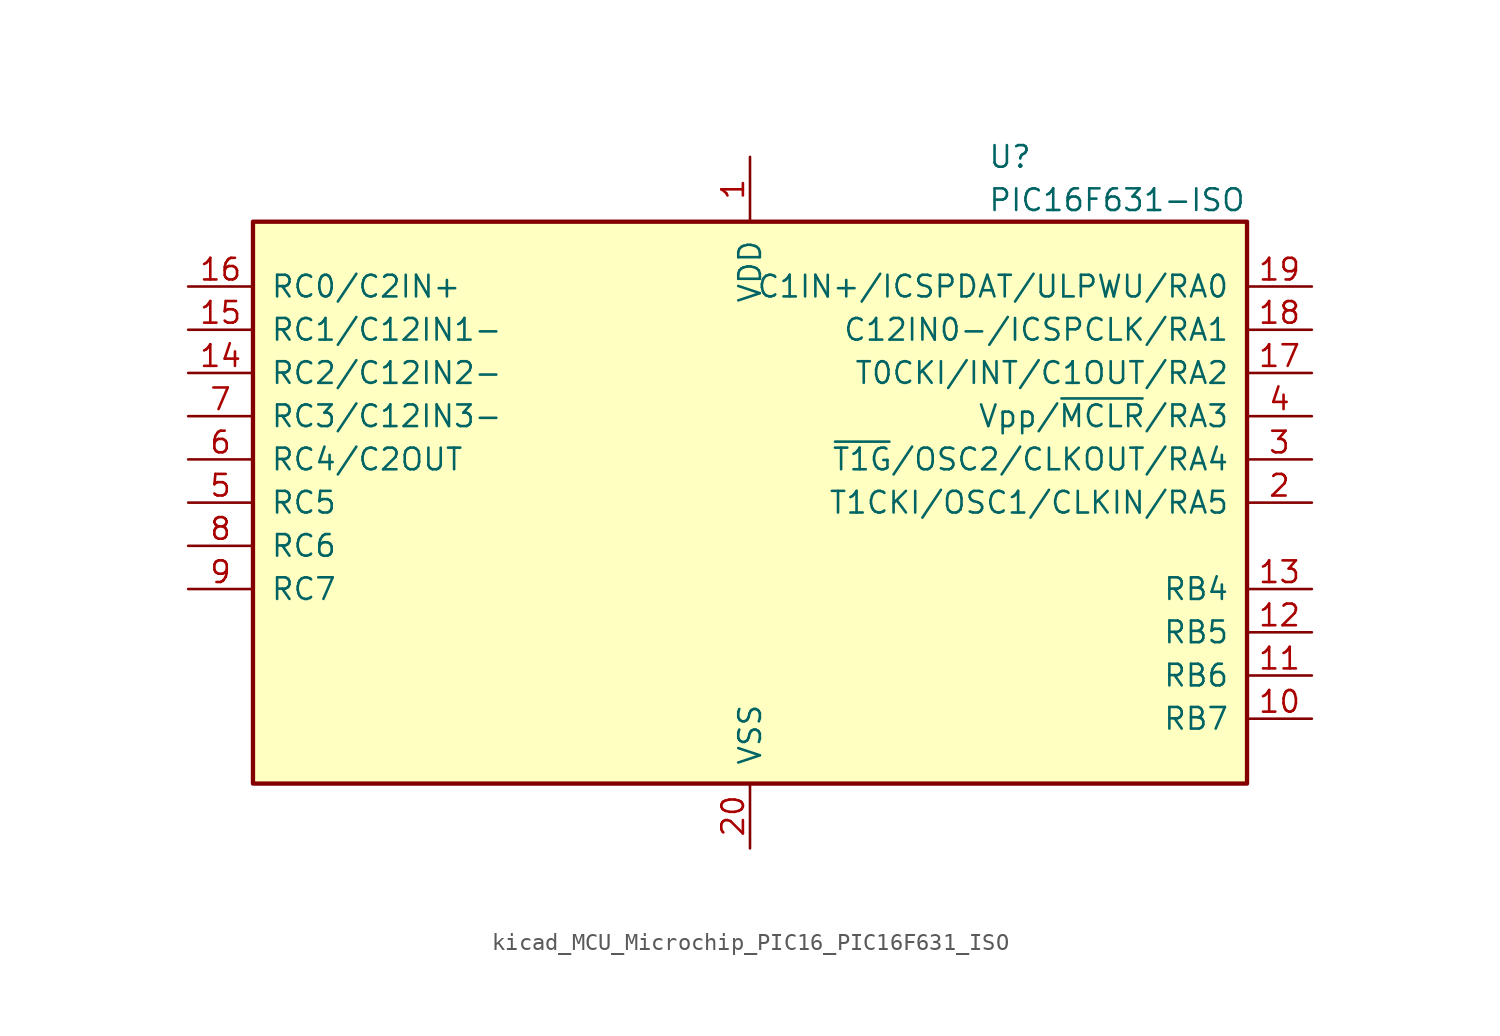
<source format=kicad_sym>
(kicad_symbol_lib
  (version 20220914)
  (generator kicad_symbol_editor)
  (symbol "kicad_MCU_Microchip_PIC16_PIC16F631_ISO"
    (pin_names
      (offset 1.016))
    (property "Reference" "U"
      (at 13.97 20.32 0)
      (effects (font (size 1.27 1.27)) (justify left)))
    (property "Value" "PIC16F631-ISO"
      (at 13.97 17.78 0)
      (effects (font (size 1.27 1.27)) (justify left)))
    (symbol "kicad_MCU_Microchip_PIC16_PIC16F631_ISO_0_1"
      (rectangle (start -29.21 16.51) (end 29.21 -16.51) (stroke (width 0.254) (type default)) (fill (type background))))
    (symbol "kicad_MCU_Microchip_PIC16_PIC16F631_ISO_1_1"
      (pin power_in line (at 0 20.32 270) (length 3.81) (name "VDD" (effects (font (size 1.27 1.27)))) (number "1" (effects (font (size 1.27 1.27)))))
      (pin bidirectional line (at 33.02 -12.7 180) (length 3.81) (name "RB7" (effects (font (size 1.27 1.27)))) (number "10" (effects (font (size 1.27 1.27)))))
      (pin bidirectional line (at 33.02 -10.16 180) (length 3.81) (name "RB6" (effects (font (size 1.27 1.27)))) (number "11" (effects (font (size 1.27 1.27)))))
      (pin bidirectional line (at 33.02 -7.62 180) (length 3.81) (name "RB5" (effects (font (size 1.27 1.27)))) (number "12" (effects (font (size 1.27 1.27)))))
      (pin bidirectional line (at 33.02 -5.08 180) (length 3.81) (name "RB4" (effects (font (size 1.27 1.27)))) (number "13" (effects (font (size 1.27 1.27)))))
      (pin bidirectional line (at -33.02 7.62 0) (length 3.81) (name "RC2/C12IN2-" (effects (font (size 1.27 1.27)))) (number "14" (effects (font (size 1.27 1.27)))))
      (pin bidirectional line (at -33.02 10.16 0) (length 3.81) (name "RC1/C12IN1-" (effects (font (size 1.27 1.27)))) (number "15" (effects (font (size 1.27 1.27)))))
      (pin bidirectional line (at -33.02 12.7 0) (length 3.81) (name "RC0/C2IN+" (effects (font (size 1.27 1.27)))) (number "16" (effects (font (size 1.27 1.27)))))
      (pin bidirectional line (at 33.02 7.62 180) (length 3.81) (name "T0CKI/INT/C1OUT/RA2" (effects (font (size 1.27 1.27)))) (number "17" (effects (font (size 1.27 1.27)))))
      (pin bidirectional line (at 33.02 10.16 180) (length 3.81) (name "C12IN0-/ICSPCLK/RA1" (effects (font (size 1.27 1.27)))) (number "18" (effects (font (size 1.27 1.27)))))
      (pin bidirectional line (at 33.02 12.7 180) (length 3.81) (name "C1IN+/ICSPDAT/ULPWU/RA0" (effects (font (size 1.27 1.27)))) (number "19" (effects (font (size 1.27 1.27)))))
      (pin bidirectional line (at 33.02 0 180) (length 3.81) (name "T1CKI/OSC1/CLKIN/RA5" (effects (font (size 1.27 1.27)))) (number "2" (effects (font (size 1.27 1.27)))))
      (pin power_in line (at 0 -20.32 90) (length 3.81) (name "VSS" (effects (font (size 1.27 1.27)))) (number "20" (effects (font (size 1.27 1.27)))))
      (pin bidirectional line (at 33.02 2.54 180) (length 3.81) (name "~{T1G}/OSC2/CLKOUT/RA4" (effects (font (size 1.27 1.27)))) (number "3" (effects (font (size 1.27 1.27)))))
      (pin input line (at 33.02 5.08 180) (length 3.81) (name "Vpp/~{MCLR}/RA3" (effects (font (size 1.27 1.27)))) (number "4" (effects (font (size 1.27 1.27)))))
      (pin bidirectional line (at -33.02 0 0) (length 3.81) (name "RC5" (effects (font (size 1.27 1.27)))) (number "5" (effects (font (size 1.27 1.27)))))
      (pin bidirectional line (at -33.02 2.54 0) (length 3.81) (name "RC4/C2OUT" (effects (font (size 1.27 1.27)))) (number "6" (effects (font (size 1.27 1.27)))))
      (pin bidirectional line (at -33.02 5.08 0) (length 3.81) (name "RC3/C12IN3-" (effects (font (size 1.27 1.27)))) (number "7" (effects (font (size 1.27 1.27)))))
      (pin bidirectional line (at -33.02 -2.54 0) (length 3.81) (name "RC6" (effects (font (size 1.27 1.27)))) (number "8" (effects (font (size 1.27 1.27)))))
      (pin bidirectional line (at -33.02 -5.08 0) (length 3.81) (name "RC7" (effects (font (size 1.27 1.27)))) (number "9" (effects (font (size 1.27 1.27))))))))
</source>
